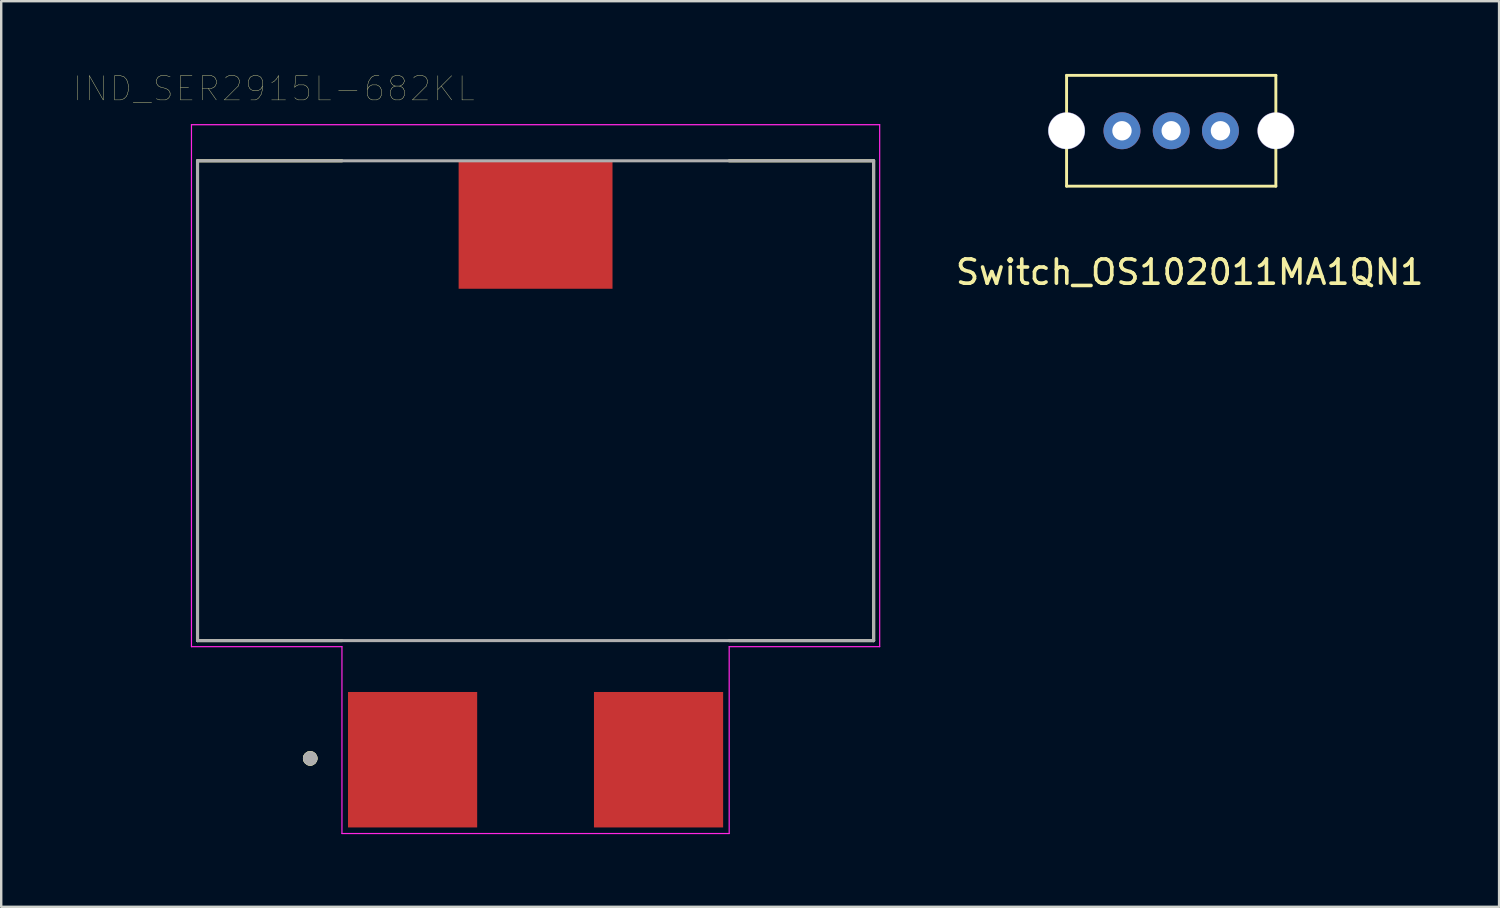
<source format=kicad_pcb>
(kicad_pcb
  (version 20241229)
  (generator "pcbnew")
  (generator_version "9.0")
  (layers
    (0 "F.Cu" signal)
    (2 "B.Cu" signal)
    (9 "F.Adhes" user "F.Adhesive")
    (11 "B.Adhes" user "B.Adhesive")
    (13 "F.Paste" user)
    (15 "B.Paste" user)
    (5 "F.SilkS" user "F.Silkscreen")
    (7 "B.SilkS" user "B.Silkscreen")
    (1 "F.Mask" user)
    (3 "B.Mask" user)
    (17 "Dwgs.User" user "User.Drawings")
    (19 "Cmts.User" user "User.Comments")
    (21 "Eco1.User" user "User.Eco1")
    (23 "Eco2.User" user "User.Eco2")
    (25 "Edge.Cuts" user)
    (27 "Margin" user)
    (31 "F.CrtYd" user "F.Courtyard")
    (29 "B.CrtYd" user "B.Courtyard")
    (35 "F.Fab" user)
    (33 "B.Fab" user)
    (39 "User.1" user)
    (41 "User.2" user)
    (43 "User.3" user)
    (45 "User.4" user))
  (footprint "Switch_OS102011MA1QN1"
    (layer "F.Cu")
    (at 46.044 7.68)
    (property "Reference" "Switch_OS102011MA1QN1" (at 0 0.5 0) (layer "F.SilkS") (effects (font (size 1 1) (thickness 0.15))))
    (attr through_hole)
    (fp_line (start -5.08 -7.62) (end 3.556 -7.62) (stroke (width 0.12) (type solid)) (layer "F.SilkS"))
    (fp_line (start -5.08 -3.048) (end -5.08 -7.62) (stroke (width 0.12) (type solid)) (layer "F.SilkS"))
    (fp_line (start 3.556 -7.62) (end 3.556 -3.048) (stroke (width 0.12) (type solid)) (layer "F.SilkS"))
    (fp_line (start 3.556 -3.048) (end -5.08 -3.048) (stroke (width 0.12) (type solid)) (layer "F.SilkS"))
    (pad "1" thru_hole circle (at -2.794 -5.334) (size 1.524 1.524) (drill 0.8) (layers "*.Cu" "*.Mask"))
    (pad "2" thru_hole circle (at -0.762 -5.334) (size 1.524 1.524) (drill 0.8) (layers "*.Cu" "*.Mask"))
    (pad "3" thru_hole circle (at 1.27 -5.334) (size 1.524 1.524) (drill 0.8) (layers "*.Cu" "*.Mask"))
    (pad "4" thru_hole circle (at -5.08 -5.334) (size 1.524 1.524) (drill 1.5) (layers "*.Cu" "*.Mask"))
    (pad "5" thru_hole circle (at 3.556 -5.334) (size 1.524 1.524) (drill 1.5) (layers "*.Cu" "*.Mask")))
  (footprint "IND_SER2915L-682KL"
    (layer "F.Cu")
    (at 19.051 13.946)
    (property "Reference" "IND_SER2915L-682KL" (at -10.795 -13.335 0) (layer "F.SilkS") (effects (font (size 1 1) (thickness 0.015))))
    (attr through_hole)
    (fp_line (start -13.95 -10.36) (end -7.99 -10.36) (stroke (width 0.127) (type solid)) (layer "F.SilkS"))
    (fp_line (start -13.95 9.44) (end -13.95 -10.36) (stroke (width 0.127) (type solid)) (layer "F.SilkS"))
    (fp_line (start -7.99 9.44) (end -13.95 9.44) (stroke (width 0.127) (type solid)) (layer "F.SilkS"))
    (fp_line (start 7.99 -10.36) (end 13.95 -10.36) (stroke (width 0.127) (type solid)) (layer "F.SilkS"))
    (fp_line (start 13.95 -10.36) (end 13.95 9.44) (stroke (width 0.127) (type solid)) (layer "F.SilkS"))
    (fp_line (start 13.95 9.44) (end 7.99 9.44) (stroke (width 0.127) (type solid)) (layer "F.SilkS"))
    (fp_circle (center -9.3 14.3) (end -9.15 14.3) (stroke (width 0.3) (type solid)) (fill no) (layer "F.SilkS"))
    (fp_circle (center -9.3 14.3) (end -9.15 14.3) (stroke (width 0.3) (type solid)) (fill no) (layer "F.SilkS"))
    (fp_line (start -14.2 -11.85) (end 14.2 -11.85) (stroke (width 0.05) (type solid)) (layer "F.CrtYd"))
    (fp_line (start -14.2 9.69) (end -14.2 -11.85) (stroke (width 0.05) (type solid)) (layer "F.CrtYd"))
    (fp_line (start -7.99 9.69) (end -14.2 9.69) (stroke (width 0.05) (type solid)) (layer "F.CrtYd"))
    (fp_line (start -7.99 17.4) (end -7.99 9.69) (stroke (width 0.05) (type solid)) (layer "F.CrtYd"))
    (fp_line (start 7.99 9.69) (end 7.99 17.4) (stroke (width 0.05) (type solid)) (layer "F.CrtYd"))
    (fp_line (start 7.99 17.4) (end -7.99 17.4) (stroke (width 0.05) (type solid)) (layer "F.CrtYd"))
    (fp_line (start 14.2 -11.85) (end 14.2 9.69) (stroke (width 0.05) (type solid)) (layer "F.CrtYd"))
    (fp_line (start 14.2 9.69) (end 7.99 9.69) (stroke (width 0.05) (type solid)) (layer "F.CrtYd"))
    (fp_line (start -13.95 -10.36) (end 13.95 -10.36) (stroke (width 0.127) (type solid)) (layer "F.Fab"))
    (fp_line (start -13.95 9.44) (end -13.95 -10.36) (stroke (width 0.127) (type solid)) (layer "F.Fab"))
    (fp_line (start 13.95 -10.36) (end 13.95 9.44) (stroke (width 0.127) (type solid)) (layer "F.Fab"))
    (fp_line (start 13.95 9.44) (end -13.95 9.44) (stroke (width 0.127) (type solid)) (layer "F.Fab"))
    (fp_circle (center -9.3 14.3) (end -9.15 14.3) (stroke (width 0.3) (type solid)) (fill no) (layer "F.Fab"))
    (pad "1" smd rect (at -5.075 14.355) (size 5.33 5.59) (layers "F.Cu" "F.Mask" "F.Paste"))
    (pad "2" smd rect (at 5.075 14.355) (size 5.33 5.59) (layers "F.Cu" "F.Mask" "F.Paste"))
    (pad "3" smd rect (at 0 -7.72) (size 6.35 5.28) (layers "F.Cu" "F.Mask" "F.Paste")))
  (gr_rect
    (start -3 -3)
    (end 58.812 34.371)
    (stroke (width 0.1) (type default))
    (fill no)
    (layer "Edge.Cuts")))
</source>
